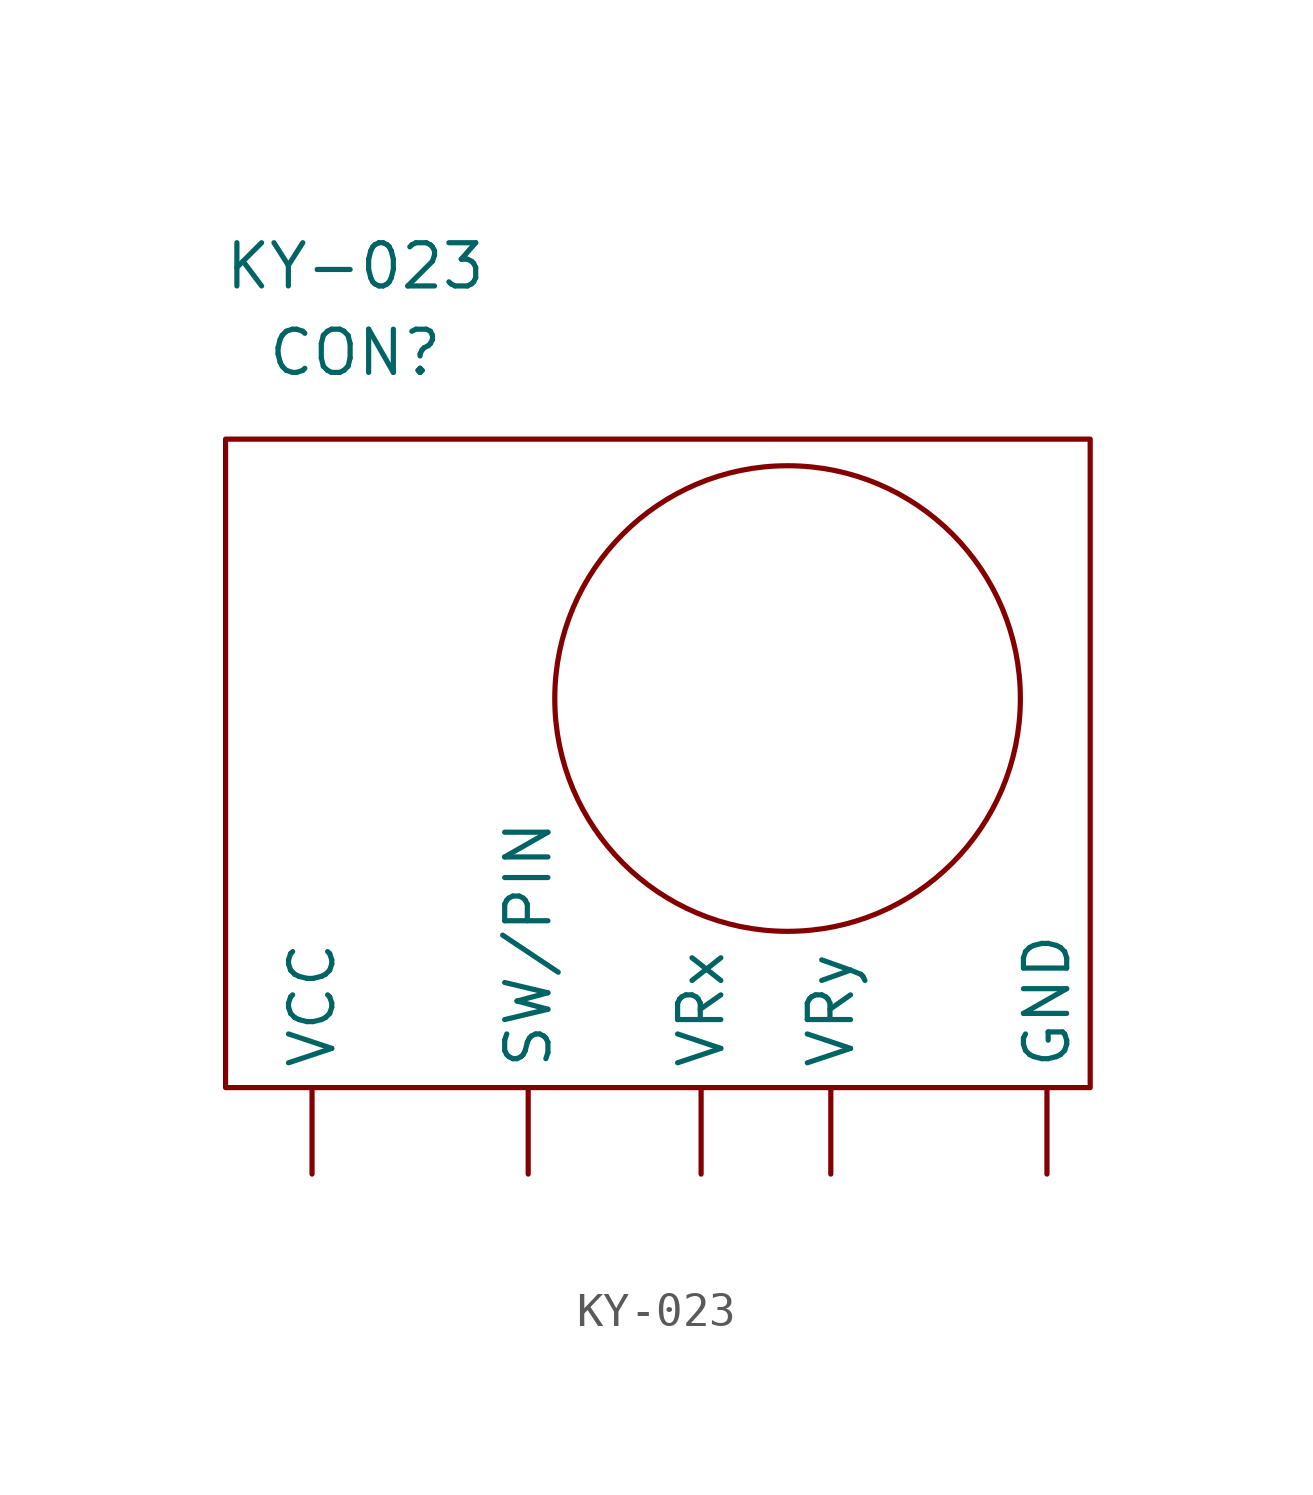
<source format=kicad_sym>
(kicad_symbol_lib
  (version 20211014)
  (generator kicad_symbol_editor)
  (symbol "KY-023"
    (property "Reference" "CON"
      (at 0 0 0)
      (effects (font (size 1.27 1.27))))
    (property "Value" "KY-023"
      (at 0 2.54 0)
      (effects (font (size 1.27 1.27))))
    (symbol "KY-023_0_1"
      (rectangle (start -3.81 -2.54) (end 21.59 -21.59) (stroke (width 0) (type default) (color 0 0 0 0)) (fill (type none)))
      (circle (center 12.7 -10.16) (radius 6.839) (stroke (width 0) (type default) (color 0 0 0 0)) (fill (type none))))
    (symbol "KY-023_1_1"
      (pin power_in line (at 20.32 -24.13 90) (length 2.54) (name "GND" (effects (font (size 1.27 1.27)))) (number "" (effects (font (size 1.27 1.27)))))
      (pin output line (at 5.08 -24.13 90) (length 2.54) (name "SW/PIN" (effects (font (size 1.27 1.27)))) (number "" (effects (font (size 1.27 1.27)))))
      (pin power_in line (at -1.27 -24.13 90) (length 2.54) (name "VCC" (effects (font (size 1.27 1.27)))) (number "" (effects (font (size 1.27 1.27)))))
      (pin output line (at 10.16 -24.13 90) (length 2.54) (name "VRx" (effects (font (size 1.27 1.27)))) (number "" (effects (font (size 1.27 1.27)))))
      (pin output line (at 13.97 -24.13 90) (length 2.54) (name "VRy" (effects (font (size 1.27 1.27)))) (number "" (effects (font (size 1.27 1.27))))))))
</source>
